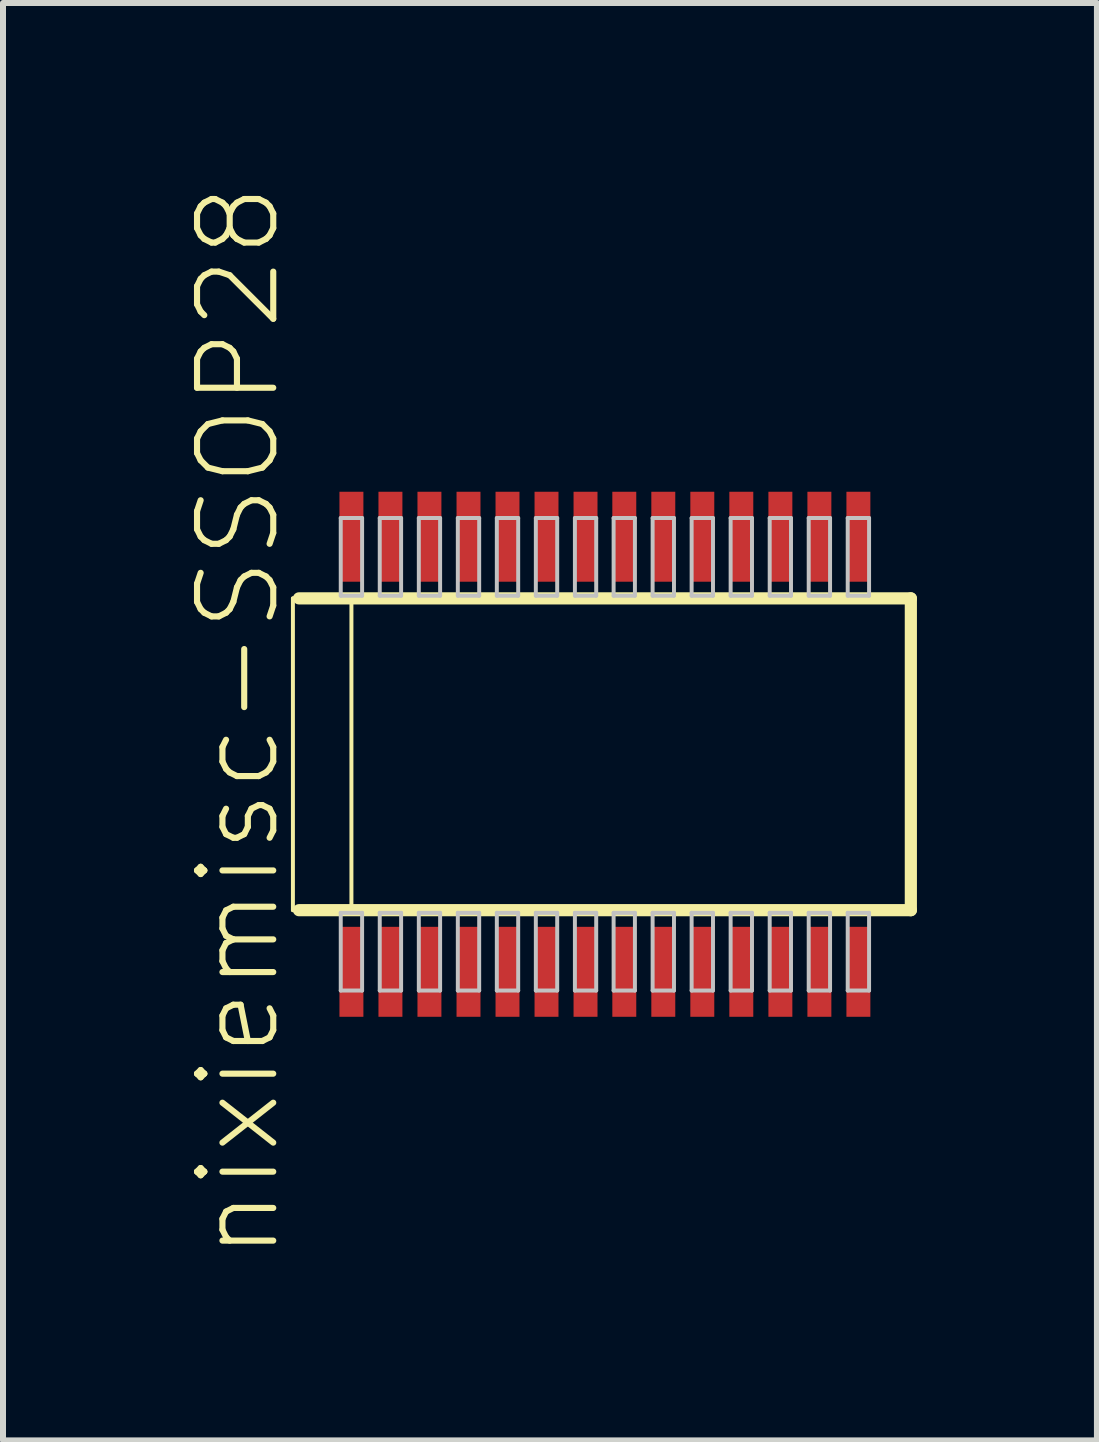
<source format=kicad_pcb>
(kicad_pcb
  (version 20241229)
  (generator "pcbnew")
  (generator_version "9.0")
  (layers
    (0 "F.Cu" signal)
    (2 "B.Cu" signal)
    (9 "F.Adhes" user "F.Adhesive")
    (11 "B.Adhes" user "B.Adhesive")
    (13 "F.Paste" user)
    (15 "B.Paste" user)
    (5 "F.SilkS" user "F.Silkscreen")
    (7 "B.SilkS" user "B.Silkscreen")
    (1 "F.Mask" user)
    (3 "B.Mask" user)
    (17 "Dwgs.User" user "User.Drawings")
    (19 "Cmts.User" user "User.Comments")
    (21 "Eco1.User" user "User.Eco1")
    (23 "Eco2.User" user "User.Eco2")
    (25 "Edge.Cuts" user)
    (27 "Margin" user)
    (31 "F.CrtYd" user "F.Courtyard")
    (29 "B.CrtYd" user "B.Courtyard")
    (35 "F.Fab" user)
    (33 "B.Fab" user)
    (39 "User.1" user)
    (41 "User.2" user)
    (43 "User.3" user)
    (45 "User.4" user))
  (footprint "nixiemisc-SSOP28"
    (layer "F.Cu")
    (at 7.03 9.519)
    (property "Reference" "nixiemisc-SSOP28" (at -6.109 -0.544 90) (unlocked yes) (layer "F.SilkS") (effects (font (size 1.27 1.27) (thickness 0.102))))
    (attr smd)
    (fp_line (start -5.199 -2.598) (end -4.224 -2.598) (stroke (width 0.066) (type solid)) (layer "F.SilkS"))
    (fp_line (start -5.199 2.598) (end -5.199 -2.598) (stroke (width 0.066) (type solid)) (layer "F.SilkS"))
    (fp_line (start -5.199 2.598) (end -4.224 2.598) (stroke (width 0.066) (type solid)) (layer "F.SilkS"))
    (fp_line (start -5.098 2.598) (end 5.098 2.598) (stroke (width 0.203) (type solid)) (layer "F.SilkS"))
    (fp_line (start -4.224 2.598) (end -4.224 -2.598) (stroke (width 0.066) (type solid)) (layer "F.SilkS"))
    (fp_line (start 5.098 -2.598) (end -5.098 -2.598) (stroke (width 0.203) (type solid)) (layer "F.SilkS"))
    (fp_line (start 5.098 2.598) (end 5.098 -2.598) (stroke (width 0.203) (type solid)) (layer "F.SilkS"))
    (fp_line (start -4.402 -3.937) (end -4.046 -3.937) (stroke (width 0.066) (type solid)) (layer "Dwgs.User"))
    (fp_line (start -4.402 -2.642) (end -4.402 -3.937) (stroke (width 0.066) (type solid)) (layer "Dwgs.User"))
    (fp_line (start -4.402 -2.642) (end -4.046 -2.642) (stroke (width 0.066) (type solid)) (layer "Dwgs.User"))
    (fp_line (start -4.402 2.642) (end -4.046 2.642) (stroke (width 0.066) (type solid)) (layer "Dwgs.User"))
    (fp_line (start -4.402 3.937) (end -4.402 2.642) (stroke (width 0.066) (type solid)) (layer "Dwgs.User"))
    (fp_line (start -4.402 3.937) (end -4.046 3.937) (stroke (width 0.066) (type solid)) (layer "Dwgs.User"))
    (fp_line (start -4.046 -2.642) (end -4.046 -3.937) (stroke (width 0.066) (type solid)) (layer "Dwgs.User"))
    (fp_line (start -4.046 3.937) (end -4.046 2.642) (stroke (width 0.066) (type solid)) (layer "Dwgs.User"))
    (fp_line (start -3.752 -3.937) (end -3.396 -3.937) (stroke (width 0.066) (type solid)) (layer "Dwgs.User"))
    (fp_line (start -3.752 -2.642) (end -3.752 -3.937) (stroke (width 0.066) (type solid)) (layer "Dwgs.User"))
    (fp_line (start -3.752 -2.642) (end -3.396 -2.642) (stroke (width 0.066) (type solid)) (layer "Dwgs.User"))
    (fp_line (start -3.752 2.642) (end -3.396 2.642) (stroke (width 0.066) (type solid)) (layer "Dwgs.User"))
    (fp_line (start -3.752 3.937) (end -3.752 2.642) (stroke (width 0.066) (type solid)) (layer "Dwgs.User"))
    (fp_line (start -3.752 3.937) (end -3.396 3.937) (stroke (width 0.066) (type solid)) (layer "Dwgs.User"))
    (fp_line (start -3.396 -2.642) (end -3.396 -3.937) (stroke (width 0.066) (type solid)) (layer "Dwgs.User"))
    (fp_line (start -3.396 3.937) (end -3.396 2.642) (stroke (width 0.066) (type solid)) (layer "Dwgs.User"))
    (fp_line (start -3.101 -3.937) (end -2.746 -3.937) (stroke (width 0.066) (type solid)) (layer "Dwgs.User"))
    (fp_line (start -3.101 -2.642) (end -3.101 -3.937) (stroke (width 0.066) (type solid)) (layer "Dwgs.User"))
    (fp_line (start -3.101 -2.642) (end -2.746 -2.642) (stroke (width 0.066) (type solid)) (layer "Dwgs.User"))
    (fp_line (start -3.101 2.642) (end -2.746 2.642) (stroke (width 0.066) (type solid)) (layer "Dwgs.User"))
    (fp_line (start -3.101 3.937) (end -3.101 2.642) (stroke (width 0.066) (type solid)) (layer "Dwgs.User"))
    (fp_line (start -3.101 3.937) (end -2.746 3.937) (stroke (width 0.066) (type solid)) (layer "Dwgs.User"))
    (fp_line (start -2.746 -2.642) (end -2.746 -3.937) (stroke (width 0.066) (type solid)) (layer "Dwgs.User"))
    (fp_line (start -2.746 3.937) (end -2.746 2.642) (stroke (width 0.066) (type solid)) (layer "Dwgs.User"))
    (fp_line (start -2.451 -3.937) (end -2.095 -3.937) (stroke (width 0.066) (type solid)) (layer "Dwgs.User"))
    (fp_line (start -2.451 -2.642) (end -2.451 -3.937) (stroke (width 0.066) (type solid)) (layer "Dwgs.User"))
    (fp_line (start -2.451 -2.642) (end -2.095 -2.642) (stroke (width 0.066) (type solid)) (layer "Dwgs.User"))
    (fp_line (start -2.451 2.642) (end -2.095 2.642) (stroke (width 0.066) (type solid)) (layer "Dwgs.User"))
    (fp_line (start -2.451 3.937) (end -2.451 2.642) (stroke (width 0.066) (type solid)) (layer "Dwgs.User"))
    (fp_line (start -2.451 3.937) (end -2.095 3.937) (stroke (width 0.066) (type solid)) (layer "Dwgs.User"))
    (fp_line (start -2.095 -2.642) (end -2.095 -3.937) (stroke (width 0.066) (type solid)) (layer "Dwgs.User"))
    (fp_line (start -2.095 3.937) (end -2.095 2.642) (stroke (width 0.066) (type solid)) (layer "Dwgs.User"))
    (fp_line (start -1.801 -3.937) (end -1.445 -3.937) (stroke (width 0.066) (type solid)) (layer "Dwgs.User"))
    (fp_line (start -1.801 -2.642) (end -1.801 -3.937) (stroke (width 0.066) (type solid)) (layer "Dwgs.User"))
    (fp_line (start -1.801 -2.642) (end -1.445 -2.642) (stroke (width 0.066) (type solid)) (layer "Dwgs.User"))
    (fp_line (start -1.801 2.642) (end -1.445 2.642) (stroke (width 0.066) (type solid)) (layer "Dwgs.User"))
    (fp_line (start -1.801 3.937) (end -1.801 2.642) (stroke (width 0.066) (type solid)) (layer "Dwgs.User"))
    (fp_line (start -1.801 3.937) (end -1.445 3.937) (stroke (width 0.066) (type solid)) (layer "Dwgs.User"))
    (fp_line (start -1.445 -2.642) (end -1.445 -3.937) (stroke (width 0.066) (type solid)) (layer "Dwgs.User"))
    (fp_line (start -1.445 3.937) (end -1.445 2.642) (stroke (width 0.066) (type solid)) (layer "Dwgs.User"))
    (fp_line (start -1.151 -3.937) (end -0.795 -3.937) (stroke (width 0.066) (type solid)) (layer "Dwgs.User"))
    (fp_line (start -1.151 -2.642) (end -1.151 -3.937) (stroke (width 0.066) (type solid)) (layer "Dwgs.User"))
    (fp_line (start -1.151 -2.642) (end -0.795 -2.642) (stroke (width 0.066) (type solid)) (layer "Dwgs.User"))
    (fp_line (start -1.151 2.642) (end -0.795 2.642) (stroke (width 0.066) (type solid)) (layer "Dwgs.User"))
    (fp_line (start -1.151 3.937) (end -1.151 2.642) (stroke (width 0.066) (type solid)) (layer "Dwgs.User"))
    (fp_line (start -1.151 3.937) (end -0.795 3.937) (stroke (width 0.066) (type solid)) (layer "Dwgs.User"))
    (fp_line (start -0.795 -2.642) (end -0.795 -3.937) (stroke (width 0.066) (type solid)) (layer "Dwgs.User"))
    (fp_line (start -0.795 3.937) (end -0.795 2.642) (stroke (width 0.066) (type solid)) (layer "Dwgs.User"))
    (fp_line (start -0.5 -3.937) (end -0.145 -3.937) (stroke (width 0.066) (type solid)) (layer "Dwgs.User"))
    (fp_line (start -0.5 -2.642) (end -0.5 -3.937) (stroke (width 0.066) (type solid)) (layer "Dwgs.User"))
    (fp_line (start -0.5 -2.642) (end -0.145 -2.642) (stroke (width 0.066) (type solid)) (layer "Dwgs.User"))
    (fp_line (start -0.5 2.642) (end -0.145 2.642) (stroke (width 0.066) (type solid)) (layer "Dwgs.User"))
    (fp_line (start -0.5 3.937) (end -0.5 2.642) (stroke (width 0.066) (type solid)) (layer "Dwgs.User"))
    (fp_line (start -0.5 3.937) (end -0.145 3.937) (stroke (width 0.066) (type solid)) (layer "Dwgs.User"))
    (fp_line (start -0.145 -2.642) (end -0.145 -3.937) (stroke (width 0.066) (type solid)) (layer "Dwgs.User"))
    (fp_line (start -0.145 3.937) (end -0.145 2.642) (stroke (width 0.066) (type solid)) (layer "Dwgs.User"))
    (fp_line (start 0.145 -3.937) (end 0.5 -3.937) (stroke (width 0.066) (type solid)) (layer "Dwgs.User"))
    (fp_line (start 0.145 -2.642) (end 0.145 -3.937) (stroke (width 0.066) (type solid)) (layer "Dwgs.User"))
    (fp_line (start 0.145 -2.642) (end 0.5 -2.642) (stroke (width 0.066) (type solid)) (layer "Dwgs.User"))
    (fp_line (start 0.145 2.642) (end 0.5 2.642) (stroke (width 0.066) (type solid)) (layer "Dwgs.User"))
    (fp_line (start 0.145 3.937) (end 0.145 2.642) (stroke (width 0.066) (type solid)) (layer "Dwgs.User"))
    (fp_line (start 0.145 3.937) (end 0.5 3.937) (stroke (width 0.066) (type solid)) (layer "Dwgs.User"))
    (fp_line (start 0.5 -2.642) (end 0.5 -3.937) (stroke (width 0.066) (type solid)) (layer "Dwgs.User"))
    (fp_line (start 0.5 3.937) (end 0.5 2.642) (stroke (width 0.066) (type solid)) (layer "Dwgs.User"))
    (fp_line (start 0.795 -3.937) (end 1.151 -3.937) (stroke (width 0.066) (type solid)) (layer "Dwgs.User"))
    (fp_line (start 0.795 -2.642) (end 0.795 -3.937) (stroke (width 0.066) (type solid)) (layer "Dwgs.User"))
    (fp_line (start 0.795 -2.642) (end 1.151 -2.642) (stroke (width 0.066) (type solid)) (layer "Dwgs.User"))
    (fp_line (start 0.795 2.642) (end 1.151 2.642) (stroke (width 0.066) (type solid)) (layer "Dwgs.User"))
    (fp_line (start 0.795 3.937) (end 0.795 2.642) (stroke (width 0.066) (type solid)) (layer "Dwgs.User"))
    (fp_line (start 0.795 3.937) (end 1.151 3.937) (stroke (width 0.066) (type solid)) (layer "Dwgs.User"))
    (fp_line (start 1.151 -2.642) (end 1.151 -3.937) (stroke (width 0.066) (type solid)) (layer "Dwgs.User"))
    (fp_line (start 1.151 3.937) (end 1.151 2.642) (stroke (width 0.066) (type solid)) (layer "Dwgs.User"))
    (fp_line (start 1.445 -3.937) (end 1.801 -3.937) (stroke (width 0.066) (type solid)) (layer "Dwgs.User"))
    (fp_line (start 1.445 -2.642) (end 1.445 -3.937) (stroke (width 0.066) (type solid)) (layer "Dwgs.User"))
    (fp_line (start 1.445 -2.642) (end 1.801 -2.642) (stroke (width 0.066) (type solid)) (layer "Dwgs.User"))
    (fp_line (start 1.445 2.642) (end 1.801 2.642) (stroke (width 0.066) (type solid)) (layer "Dwgs.User"))
    (fp_line (start 1.445 3.937) (end 1.445 2.642) (stroke (width 0.066) (type solid)) (layer "Dwgs.User"))
    (fp_line (start 1.445 3.937) (end 1.801 3.937) (stroke (width 0.066) (type solid)) (layer "Dwgs.User"))
    (fp_line (start 1.801 -2.642) (end 1.801 -3.937) (stroke (width 0.066) (type solid)) (layer "Dwgs.User"))
    (fp_line (start 1.801 3.937) (end 1.801 2.642) (stroke (width 0.066) (type solid)) (layer "Dwgs.User"))
    (fp_line (start 2.095 -3.937) (end 2.451 -3.937) (stroke (width 0.066) (type solid)) (layer "Dwgs.User"))
    (fp_line (start 2.095 -2.642) (end 2.095 -3.937) (stroke (width 0.066) (type solid)) (layer "Dwgs.User"))
    (fp_line (start 2.095 -2.642) (end 2.451 -2.642) (stroke (width 0.066) (type solid)) (layer "Dwgs.User"))
    (fp_line (start 2.095 2.642) (end 2.451 2.642) (stroke (width 0.066) (type solid)) (layer "Dwgs.User"))
    (fp_line (start 2.095 3.937) (end 2.095 2.642) (stroke (width 0.066) (type solid)) (layer "Dwgs.User"))
    (fp_line (start 2.095 3.937) (end 2.451 3.937) (stroke (width 0.066) (type solid)) (layer "Dwgs.User"))
    (fp_line (start 2.451 -2.642) (end 2.451 -3.937) (stroke (width 0.066) (type solid)) (layer "Dwgs.User"))
    (fp_line (start 2.451 3.937) (end 2.451 2.642) (stroke (width 0.066) (type solid)) (layer "Dwgs.User"))
    (fp_line (start 2.746 -3.937) (end 3.101 -3.937) (stroke (width 0.066) (type solid)) (layer "Dwgs.User"))
    (fp_line (start 2.746 -2.642) (end 2.746 -3.937) (stroke (width 0.066) (type solid)) (layer "Dwgs.User"))
    (fp_line (start 2.746 -2.642) (end 3.101 -2.642) (stroke (width 0.066) (type solid)) (layer "Dwgs.User"))
    (fp_line (start 2.746 2.642) (end 3.101 2.642) (stroke (width 0.066) (type solid)) (layer "Dwgs.User"))
    (fp_line (start 2.746 3.937) (end 2.746 2.642) (stroke (width 0.066) (type solid)) (layer "Dwgs.User"))
    (fp_line (start 2.746 3.937) (end 3.101 3.937) (stroke (width 0.066) (type solid)) (layer "Dwgs.User"))
    (fp_line (start 3.101 -2.642) (end 3.101 -3.937) (stroke (width 0.066) (type solid)) (layer "Dwgs.User"))
    (fp_line (start 3.101 3.937) (end 3.101 2.642) (stroke (width 0.066) (type solid)) (layer "Dwgs.User"))
    (fp_line (start 3.396 -3.937) (end 3.752 -3.937) (stroke (width 0.066) (type solid)) (layer "Dwgs.User"))
    (fp_line (start 3.396 -2.642) (end 3.396 -3.937) (stroke (width 0.066) (type solid)) (layer "Dwgs.User"))
    (fp_line (start 3.396 -2.642) (end 3.752 -2.642) (stroke (width 0.066) (type solid)) (layer "Dwgs.User"))
    (fp_line (start 3.396 2.642) (end 3.752 2.642) (stroke (width 0.066) (type solid)) (layer "Dwgs.User"))
    (fp_line (start 3.396 3.937) (end 3.396 2.642) (stroke (width 0.066) (type solid)) (layer "Dwgs.User"))
    (fp_line (start 3.396 3.937) (end 3.752 3.937) (stroke (width 0.066) (type solid)) (layer "Dwgs.User"))
    (fp_line (start 3.752 -2.642) (end 3.752 -3.937) (stroke (width 0.066) (type solid)) (layer "Dwgs.User"))
    (fp_line (start 3.752 3.937) (end 3.752 2.642) (stroke (width 0.066) (type solid)) (layer "Dwgs.User"))
    (fp_line (start 4.046 -3.937) (end 4.402 -3.937) (stroke (width 0.066) (type solid)) (layer "Dwgs.User"))
    (fp_line (start 4.046 -2.642) (end 4.046 -3.937) (stroke (width 0.066) (type solid)) (layer "Dwgs.User"))
    (fp_line (start 4.046 -2.642) (end 4.402 -2.642) (stroke (width 0.066) (type solid)) (layer "Dwgs.User"))
    (fp_line (start 4.046 2.642) (end 4.402 2.642) (stroke (width 0.066) (type solid)) (layer "Dwgs.User"))
    (fp_line (start 4.046 3.937) (end 4.046 2.642) (stroke (width 0.066) (type solid)) (layer "Dwgs.User"))
    (fp_line (start 4.046 3.937) (end 4.402 3.937) (stroke (width 0.066) (type solid)) (layer "Dwgs.User"))
    (fp_line (start 4.402 -2.642) (end 4.402 -3.937) (stroke (width 0.066) (type solid)) (layer "Dwgs.User"))
    (fp_line (start 4.402 3.937) (end 4.402 2.642) (stroke (width 0.066) (type solid)) (layer "Dwgs.User"))
    (pad "1" smd rect (at -4.224 3.625) (size 0.399 1.499) (layers "F.Cu" "F.Mask" "F.Paste"))
    (pad "2" smd rect (at -3.574 3.625) (size 0.399 1.499) (layers "F.Cu" "F.Mask" "F.Paste"))
    (pad "3" smd rect (at -2.924 3.625) (size 0.399 1.499) (layers "F.Cu" "F.Mask" "F.Paste"))
    (pad "4" smd rect (at -2.273 3.625) (size 0.399 1.499) (layers "F.Cu" "F.Mask" "F.Paste"))
    (pad "5" smd rect (at -1.623 3.625) (size 0.399 1.499) (layers "F.Cu" "F.Mask" "F.Paste"))
    (pad "6" smd rect (at -0.973 3.625) (size 0.399 1.499) (layers "F.Cu" "F.Mask" "F.Paste"))
    (pad "7" smd rect (at -0.323 3.625) (size 0.399 1.499) (layers "F.Cu" "F.Mask" "F.Paste"))
    (pad "8" smd rect (at 0.323 3.625) (size 0.399 1.499) (layers "F.Cu" "F.Mask" "F.Paste"))
    (pad "9" smd rect (at 0.973 3.625) (size 0.399 1.499) (layers "F.Cu" "F.Mask" "F.Paste"))
    (pad "10" smd rect (at 1.623 3.625) (size 0.399 1.499) (layers "F.Cu" "F.Mask" "F.Paste"))
    (pad "11" smd rect (at 2.273 3.625) (size 0.399 1.499) (layers "F.Cu" "F.Mask" "F.Paste"))
    (pad "12" smd rect (at 2.924 3.625) (size 0.399 1.499) (layers "F.Cu" "F.Mask" "F.Paste"))
    (pad "13" smd rect (at 3.574 3.625) (size 0.399 1.499) (layers "F.Cu" "F.Mask" "F.Paste"))
    (pad "14" smd rect (at 4.224 3.625) (size 0.399 1.499) (layers "F.Cu" "F.Mask" "F.Paste"))
    (pad "15" smd rect (at 4.224 -3.625) (size 0.399 1.499) (layers "F.Cu" "F.Mask" "F.Paste"))
    (pad "16" smd rect (at 3.574 -3.625) (size 0.399 1.499) (layers "F.Cu" "F.Mask" "F.Paste"))
    (pad "17" smd rect (at 2.924 -3.625) (size 0.399 1.499) (layers "F.Cu" "F.Mask" "F.Paste"))
    (pad "18" smd rect (at 2.273 -3.625) (size 0.399 1.499) (layers "F.Cu" "F.Mask" "F.Paste"))
    (pad "19" smd rect (at 1.623 -3.625) (size 0.399 1.499) (layers "F.Cu" "F.Mask" "F.Paste"))
    (pad "20" smd rect (at 0.973 -3.625) (size 0.399 1.499) (layers "F.Cu" "F.Mask" "F.Paste"))
    (pad "21" smd rect (at 0.323 -3.625) (size 0.399 1.499) (layers "F.Cu" "F.Mask" "F.Paste"))
    (pad "22" smd rect (at -0.323 -3.625) (size 0.399 1.499) (layers "F.Cu" "F.Mask" "F.Paste"))
    (pad "23" smd rect (at -0.973 -3.625) (size 0.399 1.499) (layers "F.Cu" "F.Mask" "F.Paste"))
    (pad "24" smd rect (at -1.623 -3.625) (size 0.399 1.499) (layers "F.Cu" "F.Mask" "F.Paste"))
    (pad "25" smd rect (at -2.273 -3.625) (size 0.399 1.499) (layers "F.Cu" "F.Mask" "F.Paste"))
    (pad "26" smd rect (at -2.924 -3.625) (size 0.399 1.499) (layers "F.Cu" "F.Mask" "F.Paste"))
    (pad "27" smd rect (at -3.574 -3.625) (size 0.399 1.499) (layers "F.Cu" "F.Mask" "F.Paste"))
    (pad "28" smd rect (at -4.224 -3.625) (size 0.399 1.499) (layers "F.Cu" "F.Mask" "F.Paste")))
  (gr_rect
    (start -3 -3)
    (end 15.229 20.952)
    (stroke (width 0.1) (type default))
    (fill no)
    (layer "Edge.Cuts")))
</source>
